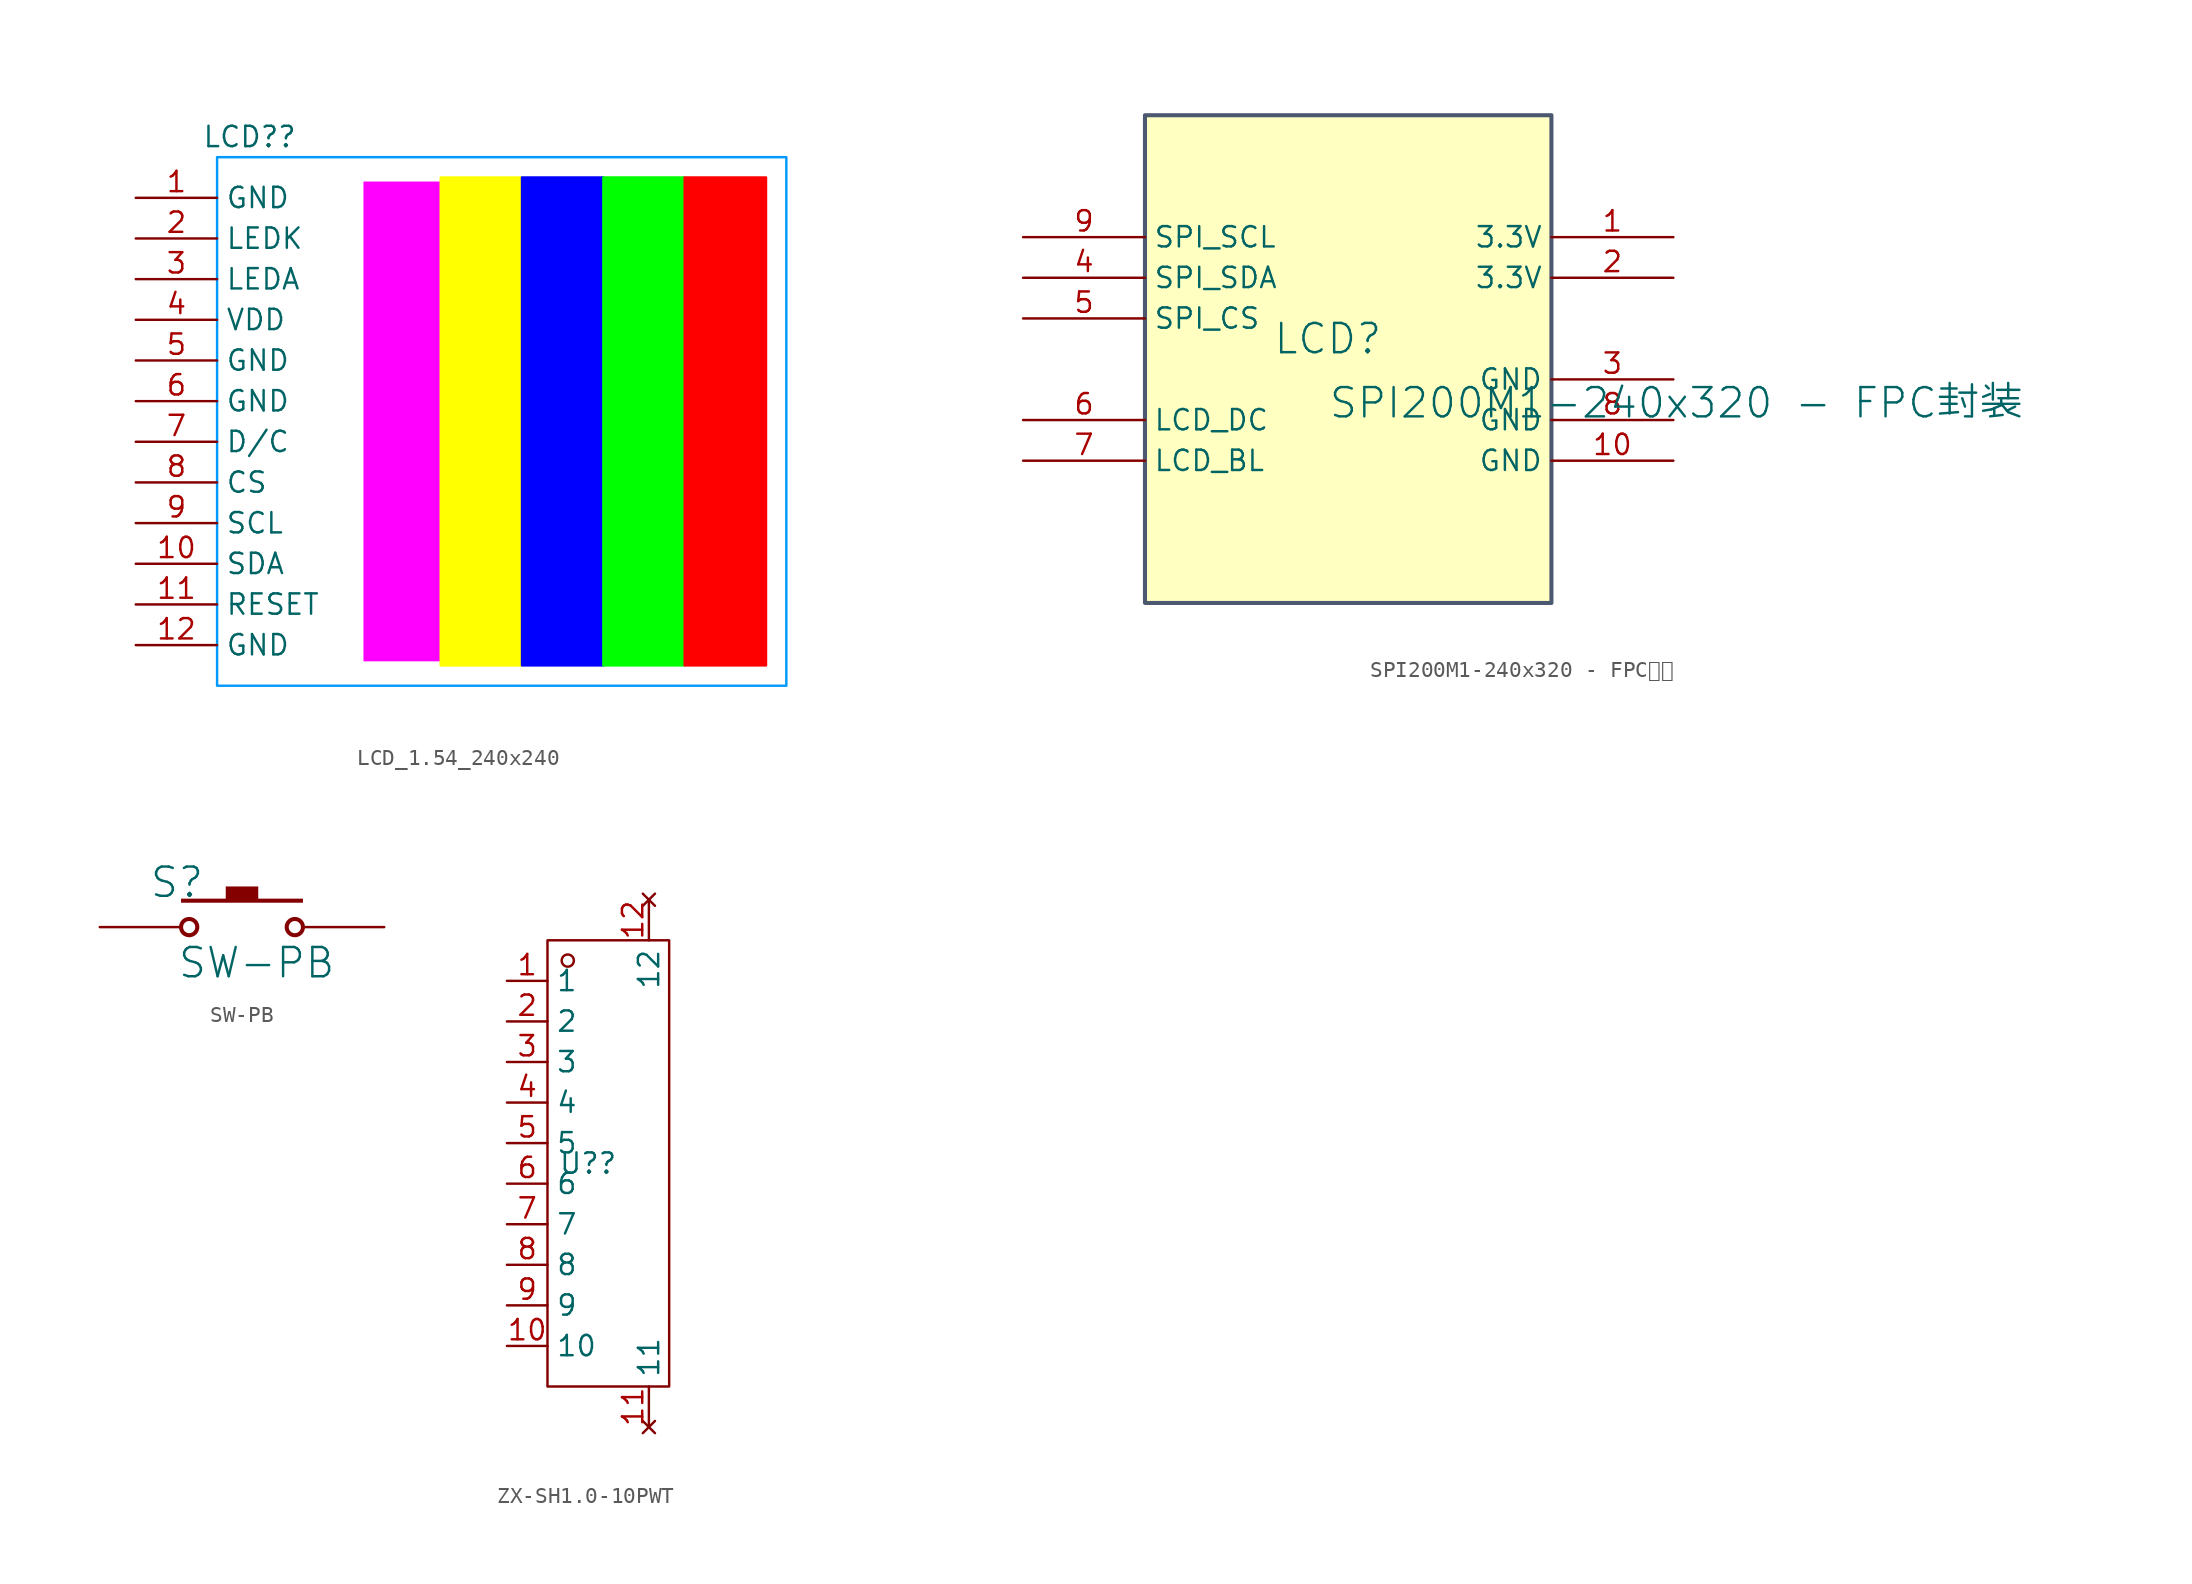
<source format=kicad_sym>
(kicad_symbol_lib
  (version 20231120)
  (generator "kicad_symbol_editor")
  (generator_version "8.0")
  (symbol "LCD_1.54_240x240"
    (property "Reference" "LCD?"
      (at -15.748 19.05 0)
      (effects (font (size 1.27 1.27))))
    (property "Value" ""
      (at 0 -2.54 0)
      (effects (font (size 1.27 1.27))))
    (symbol "LCD_1.54_240x240_1_0"
      (rectangle (start -17.78 17.78) (end 17.78 -15.24) (stroke (width 0) (type default) (color 0 153 255 1)) (fill (type none)))
      (rectangle (start -8.89 16.51) (end -3.81 -13.97) (stroke (width 0) (type default) (color 255 0 255 1)) (fill (type outline)))
      (rectangle (start -8.89 16.51) (end 16.51 -13.97) (stroke (width 0.508) (type default) (color 255 255 255 1)) (fill (type none)))
      (rectangle (start -3.81 16.51) (end 1.27 -13.97) (stroke (width 0) (type default) (color 255 255 0 1)) (fill (type outline)))
      (rectangle (start 1.27 16.51) (end 6.35 -13.97) (stroke (width 0) (type default) (color 0 0 255 1)) (fill (type outline)))
      (rectangle (start 6.35 16.51) (end 11.43 -13.97) (stroke (width 0) (type default) (color 0 255 0 1)) (fill (type outline)))
      (rectangle (start 11.43 16.51) (end 16.51 -13.97) (stroke (width 0) (type default) (color 255 0 0 1)) (fill (type outline)))
      (pin power_out line (at -22.86 15.24 0) (length 5.08) (name "GND" (effects (font (size 1.27 1.27)))) (number "1" (effects (font (size 1.27 1.27)))))
      (pin input line (at -22.86 -7.62 0) (length 5.08) (name "SDA" (effects (font (size 1.27 1.27)))) (number "10" (effects (font (size 1.27 1.27)))))
      (pin input line (at -22.86 -10.16 0) (length 5.08) (name "RESET" (effects (font (size 1.27 1.27)))) (number "11" (effects (font (size 1.27 1.27)))))
      (pin power_out line (at -22.86 -12.7 0) (length 5.08) (name "GND" (effects (font (size 1.27 1.27)))) (number "12" (effects (font (size 1.27 1.27)))))
      (pin input line (at -22.86 12.7 0) (length 5.08) (name "LEDK" (effects (font (size 1.27 1.27)))) (number "2" (effects (font (size 1.27 1.27)))))
      (pin input line (at -22.86 10.16 0) (length 5.08) (name "LEDA" (effects (font (size 1.27 1.27)))) (number "3" (effects (font (size 1.27 1.27)))))
      (pin power_in line (at -22.86 7.62 0) (length 5.08) (name "VDD" (effects (font (size 1.27 1.27)))) (number "4" (effects (font (size 1.27 1.27)))))
      (pin power_out line (at -22.86 5.08 0) (length 5.08) (name "GND" (effects (font (size 1.27 1.27)))) (number "5" (effects (font (size 1.27 1.27)))))
      (pin power_out line (at -22.86 2.54 0) (length 5.08) (name "GND" (effects (font (size 1.27 1.27)))) (number "6" (effects (font (size 1.27 1.27)))))
      (pin input line (at -22.86 0 0) (length 5.08) (name "D/C" (effects (font (size 1.27 1.27)))) (number "7" (effects (font (size 1.27 1.27)))))
      (pin input line (at -22.86 -2.54 0) (length 5.08) (name "CS" (effects (font (size 1.27 1.27)))) (number "8" (effects (font (size 1.27 1.27)))))
      (pin input line (at -22.86 -5.08 0) (length 5.08) (name "SCL" (effects (font (size 1.27 1.27)))) (number "9" (effects (font (size 1.27 1.27)))))))
  (symbol "SPI200M1-240x320 - FPC封装"
    (property "Reference" "LCD"
      (at -1.27 1.27 0)
      (effects (font (size 1.829 1.829))))
    (property "Value" "SPI200M1-240x320 - FPC封装"
      (at -1.27 -3.81 0)
      (effects (font (size 1.829 1.829)) (justify left bottom)))
    (symbol "SPI200M1-240x320 - FPC封装_1_0"
      (rectangle (start 12.7 15.24) (end -12.7 -15.24) (stroke (width 0.254) (type solid) (color 76 88 112 1)) (fill (type background)))
      (pin passive line (at 20.32 7.62 180) (length 7.62) (name "3.3V" (effects (font (size 1.27 1.27)))) (number "1" (effects (font (size 1.27 1.27)))))
      (pin passive line (at 20.32 -6.35 180) (length 7.62) (name "GND" (effects (font (size 1.27 1.27)))) (number "10" (effects (font (size 1.27 1.27)))))
      (pin passive line (at 20.32 5.08 180) (length 7.62) (name "3.3V" (effects (font (size 1.27 1.27)))) (number "2" (effects (font (size 1.27 1.27)))))
      (pin passive line (at 20.32 -1.27 180) (length 7.62) (name "GND" (effects (font (size 1.27 1.27)))) (number "3" (effects (font (size 1.27 1.27)))))
      (pin passive line (at -20.32 5.08 0) (length 7.62) (name "SPI_SDA" (effects (font (size 1.27 1.27)))) (number "4" (effects (font (size 1.27 1.27)))))
      (pin passive line (at -20.32 2.54 0) (length 7.62) (name "SPI_CS" (effects (font (size 1.27 1.27)))) (number "5" (effects (font (size 1.27 1.27)))))
      (pin passive line (at -20.32 -3.81 0) (length 7.62) (name "LCD_DC" (effects (font (size 1.27 1.27)))) (number "6" (effects (font (size 1.27 1.27)))))
      (pin passive line (at -20.32 -6.35 0) (length 7.62) (name "LCD_BL" (effects (font (size 1.27 1.27)))) (number "7" (effects (font (size 1.27 1.27)))))
      (pin passive line (at 20.32 -3.81 180) (length 7.62) (name "GND" (effects (font (size 1.27 1.27)))) (number "8" (effects (font (size 1.27 1.27)))))
      (pin passive line (at -20.32 7.62 0) (length 7.62) (name "SPI_SCL" (effects (font (size 1.27 1.27)))) (number "9" (effects (font (size 1.27 1.27)))))))
  (symbol "SW-PB"
    (property "Reference" "S"
      (at -0.254 0.254 0)
      (effects (font (size 1.829 1.829))))
    (property "Value" "SW-PB"
      (at -0.254 -5.842 0)
      (effects (font (size 1.829 1.829)) (justify left bottom)))
    (symbol "SW-PB_1_0"
      (polyline (pts (xy 0 -0.762) (xy 0 -1.016) (xy 7.62 -1.016) (xy 7.62 -0.762) (xy 4.826 -0.762) (xy 4.826 0) (xy 2.794 0) (xy 2.794 -0.762) (xy 0 -0.762)) (stroke (width -0.0001) (type solid)) (fill (type outline)))
      (circle (center 0.508 -2.54) (radius 0.508) (stroke (width 0.254) (type solid)) (fill (type none)))
      (circle (center 7.112 -2.54) (radius 0.508) (stroke (width 0.254) (type solid)) (fill (type none)))
      (pin passive line (at -5.08 -2.54 0) (length 5.08) (name "1" (effects (font (size 0 0)))) (number "1" (effects (font (size 0 0)))))
      (pin passive line (at 12.7 -2.54 180) (length 5.08) (name "2" (effects (font (size 0 0)))) (number "2" (effects (font (size 0 0)))))))
  (symbol "ZX-SH1.0-10PWT"
    (property "Reference" "U?"
      (at 0 0 0)
      (effects (font (size 1.27 1.27))))
    (property "Value" ""
      (at 0 0 0)
      (effects (font (size 1.27 1.27))))
    (symbol "ZX-SH1.0-10PWT_1_0"
      (rectangle (start -2.54 -13.97) (end 5.08 13.97) (stroke (width 0) (type default)) (fill (type none)))
      (circle (center -1.27 12.7) (radius 0.381) (stroke (width 0) (type default)) (fill (type none)))
      (pin passive line (at -5.08 11.43 0) (length 2.54) (name "1" (effects (font (size 1.27 1.27)))) (number "1" (effects (font (size 1.27 1.27)))))
      (pin passive line (at -5.08 -11.43 0) (length 2.54) (name "10" (effects (font (size 1.27 1.27)))) (number "10" (effects (font (size 1.27 1.27)))))
      (pin no_connect line (at 3.81 -16.51 90) (length 2.54) (name "11" (effects (font (size 1.27 1.27)))) (number "11" (effects (font (size 1.27 1.27)))))
      (pin no_connect line (at 3.81 16.51 270) (length 2.54) (name "12" (effects (font (size 1.27 1.27)))) (number "12" (effects (font (size 1.27 1.27)))))
      (pin passive line (at -5.08 8.89 0) (length 2.54) (name "2" (effects (font (size 1.27 1.27)))) (number "2" (effects (font (size 1.27 1.27)))))
      (pin passive line (at -5.08 6.35 0) (length 2.54) (name "3" (effects (font (size 1.27 1.27)))) (number "3" (effects (font (size 1.27 1.27)))))
      (pin passive line (at -5.08 3.81 0) (length 2.54) (name "4" (effects (font (size 1.27 1.27)))) (number "4" (effects (font (size 1.27 1.27)))))
      (pin passive line (at -5.08 1.27 0) (length 2.54) (name "5" (effects (font (size 1.27 1.27)))) (number "5" (effects (font (size 1.27 1.27)))))
      (pin passive line (at -5.08 -1.27 0) (length 2.54) (name "6" (effects (font (size 1.27 1.27)))) (number "6" (effects (font (size 1.27 1.27)))))
      (pin passive line (at -5.08 -3.81 0) (length 2.54) (name "7" (effects (font (size 1.27 1.27)))) (number "7" (effects (font (size 1.27 1.27)))))
      (pin passive line (at -5.08 -6.35 0) (length 2.54) (name "8" (effects (font (size 1.27 1.27)))) (number "8" (effects (font (size 1.27 1.27)))))
      (pin passive line (at -5.08 -8.89 0) (length 2.54) (name "9" (effects (font (size 1.27 1.27)))) (number "9" (effects (font (size 1.27 1.27))))))))
</source>
